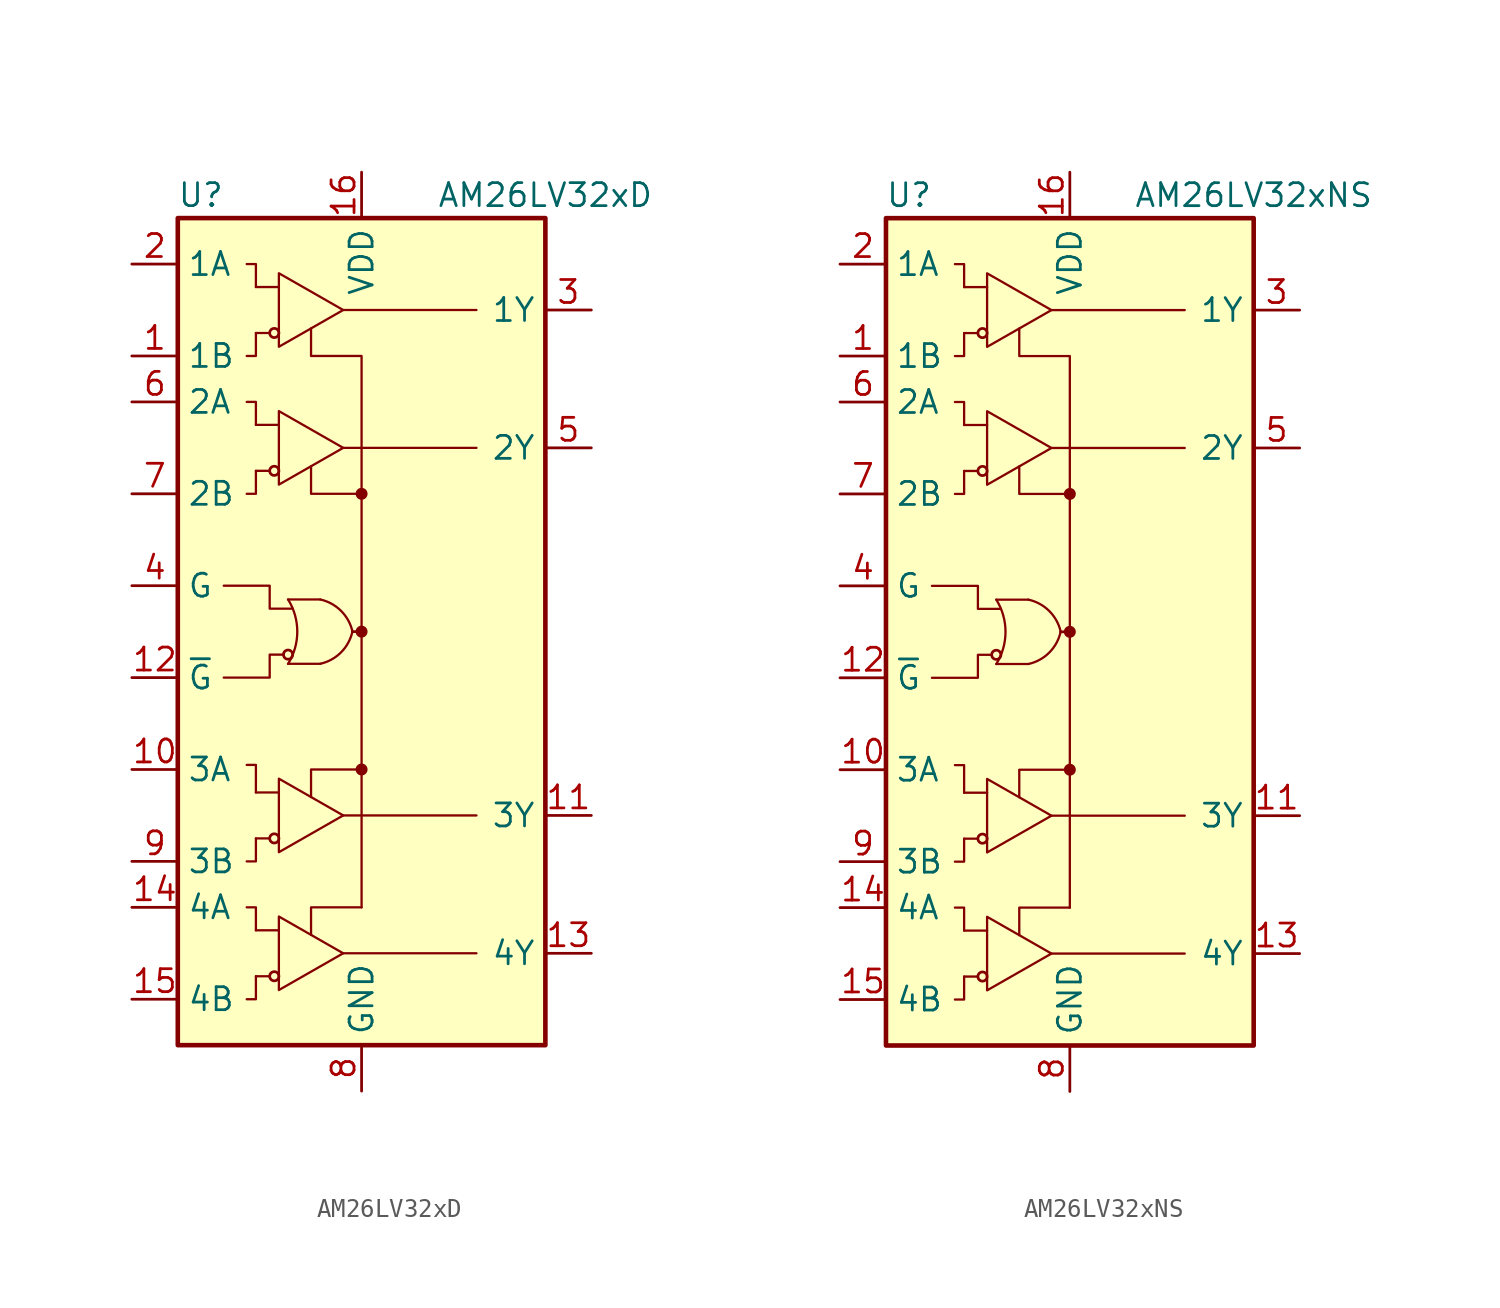
<source format=kicad_sym>
(kicad_symbol_lib
  (version 20241209)
  (generator "kicad_symbol_editor")
  (generator_version "9.0")
  (symbol "AM26LV32xD"
    (property "Reference" "U"
      (at -8.89 24.13 0)
      (effects (font (size 1.27 1.27))))
    (property "Value" "AM26LV32xD"
      (at 10.16 24.13 0)
      (effects (font (size 1.27 1.27))))
    (symbol "AM26LV32xD_0_1"
      (rectangle (start -10.16 22.86) (end 10.16 -22.86) (stroke (width 0.254) (type default)) (fill (type background)))
      (polyline (pts (xy -7.62 2.54) (xy -5.08 2.54) (xy -5.08 1.27) (xy -3.81 1.27)) (stroke (width 0.127) (type default)) (fill (type none)))
      (arc (start -4.064 1.778) (mid -3.5541 0) (end -4.064 -1.778) (stroke (width 0.127) (type default)) (fill (type none)))
      (polyline (pts (xy -5.842 19.05) (xy -4.572 19.05)) (stroke (width 0.127) (type default)) (fill (type none)))
      (polyline (pts (xy -5.842 19.05) (xy -5.842 20.32) (xy -6.35 20.32)) (stroke (width 0.127) (type default)) (fill (type none)))
      (polyline (pts (xy -5.842 16.51) (xy -5.08 16.51)) (stroke (width 0.127) (type default)) (fill (type none)))
      (polyline (pts (xy -5.842 16.51) (xy -5.842 15.24) (xy -6.096 15.24) (xy -6.35 15.24)) (stroke (width 0.127) (type default)) (fill (type none)))
      (polyline (pts (xy -5.842 11.43) (xy -5.842 12.7) (xy -6.35 12.7)) (stroke (width 0.127) (type default)) (fill (type none)))
      (polyline (pts (xy -5.842 8.89) (xy -5.842 7.62) (xy -6.35 7.62)) (stroke (width 0.127) (type default)) (fill (type none)))
      (polyline (pts (xy -5.842 -8.89) (xy -5.842 -7.366) (xy -6.35 -7.366)) (stroke (width 0.127) (type default)) (fill (type none)))
      (polyline (pts (xy -5.842 -11.43) (xy -5.842 -12.7) (xy -6.35 -12.7)) (stroke (width 0.127) (type default)) (fill (type none)))
      (polyline (pts (xy -5.842 -16.51) (xy -5.842 -15.24) (xy -6.35 -15.24)) (stroke (width 0.127) (type default)) (fill (type none)))
      (polyline (pts (xy -5.842 -19.05) (xy -5.842 -20.32) (xy -6.35 -20.32)) (stroke (width 0.127) (type default)) (fill (type none)))
      (circle (center -4.826 16.51) (radius 0.254) (stroke (width 0) (type default)) (fill (type none)))
      (polyline (pts (xy -4.572 19.812) (xy -4.572 15.748) (xy -1.016 17.78) (xy -4.572 19.812)) (stroke (width 0.127) (type default)) (fill (type none)))
      (polyline (pts (xy -4.318 -1.27) (xy -5.08 -1.27) (xy -5.08 -2.54) (xy -7.62 -2.54)) (stroke (width 0.127) (type default)) (fill (type none)))
      (circle (center -4.064 -1.27) (radius 0.254) (stroke (width 0) (type default)) (fill (type none)))
      (polyline (pts (xy -4.064 -1.778) (xy -2.286 -1.778)) (stroke (width 0.127) (type default)) (fill (type none)))
      (arc (start -0.508 0) (mid -1.1381 -1.1479) (end -2.286 -1.778) (stroke (width 0.127) (type default)) (fill (type none)))
      (arc (start -2.286 1.778) (mid -1.1381 1.1479) (end -0.508 0) (stroke (width 0.127) (type default)) (fill (type none)))
      (polyline (pts (xy -2.286 1.778) (xy -4.064 1.778)) (stroke (width 0.127) (type default)) (fill (type none)))
      (polyline (pts (xy -1.016 17.78) (xy 6.35 17.78)) (stroke (width 0.127) (type default)) (fill (type none)))
      (polyline (pts (xy -1.016 10.16) (xy 6.35 10.16)) (stroke (width 0.127) (type default)) (fill (type none)))
      (polyline (pts (xy -1.016 -10.16) (xy 6.35 -10.16)) (stroke (width 0.127) (type default)) (fill (type none)))
      (polyline (pts (xy -1.016 -17.78) (xy 6.35 -17.78)) (stroke (width 0.127) (type default)) (fill (type none)))
      (polyline (pts (xy -0.508 0) (xy 0 0)) (stroke (width 0) (type default)) (fill (type none)))
      (circle (center 0 7.62) (radius 0.254) (stroke (width 0) (type default)) (fill (type outline)))
      (polyline (pts (xy 0 7.62) (xy 0 0)) (stroke (width 0.127) (type default)) (fill (type none)))
      (polyline (pts (xy 0 7.62) (xy -2.794 7.62) (xy -2.794 9.144)) (stroke (width 0.127) (type default)) (fill (type none)))
      (polyline (pts (xy 0 7.62) (xy 0 15.24) (xy -2.794 15.24) (xy -2.794 16.764)) (stroke (width 0.127) (type default)) (fill (type none)))
      (polyline (pts (xy 0 0) (xy 0 -15.24)) (stroke (width 0.127) (type default)) (fill (type none)))
      (circle (center 0 0) (radius 0.254) (stroke (width 0) (type default)) (fill (type outline)))
      (polyline (pts (xy 0 -7.62) (xy -2.794 -7.62) (xy -2.794 -9.144)) (stroke (width 0.127) (type default)) (fill (type none)))
      (circle (center 0 -7.62) (radius 0.254) (stroke (width 0) (type default)) (fill (type outline)))
      (polyline (pts (xy 0 -15.24) (xy -2.794 -15.24) (xy -2.794 -16.764)) (stroke (width 0.127) (type default)) (fill (type none))))
    (symbol "AM26LV32xD_1_1"
      (polyline (pts (xy -5.842 11.43) (xy -4.572 11.43)) (stroke (width 0.127) (type default)) (fill (type none)))
      (polyline (pts (xy -5.842 8.89) (xy -5.08 8.89)) (stroke (width 0.127) (type default)) (fill (type none)))
      (polyline (pts (xy -5.842 -8.89) (xy -4.572 -8.89)) (stroke (width 0.127) (type default)) (fill (type none)))
      (polyline (pts (xy -5.842 -11.43) (xy -5.08 -11.43)) (stroke (width 0.127) (type default)) (fill (type none)))
      (polyline (pts (xy -5.842 -16.51) (xy -4.572 -16.51)) (stroke (width 0.127) (type default)) (fill (type none)))
      (polyline (pts (xy -5.842 -19.05) (xy -5.08 -19.05)) (stroke (width 0.127) (type default)) (fill (type none)))
      (circle (center -4.826 8.89) (radius 0.254) (stroke (width 0) (type default)) (fill (type none)))
      (circle (center -4.826 -11.43) (radius 0.254) (stroke (width 0) (type default)) (fill (type none)))
      (circle (center -4.826 -19.05) (radius 0.254) (stroke (width 0) (type default)) (fill (type none)))
      (polyline (pts (xy -4.572 12.192) (xy -4.572 8.128) (xy -1.016 10.16) (xy -4.572 12.192)) (stroke (width 0.127) (type default)) (fill (type none)))
      (polyline (pts (xy -4.572 -8.128) (xy -4.572 -12.192) (xy -1.016 -10.16) (xy -4.572 -8.128)) (stroke (width 0.127) (type default)) (fill (type none)))
      (polyline (pts (xy -4.572 -15.748) (xy -4.572 -19.812) (xy -1.016 -17.78) (xy -4.572 -15.748)) (stroke (width 0.127) (type default)) (fill (type none)))
      (pin input line (at -12.7 20.32 0) (length 2.54) (name "1A" (effects (font (size 1.27 1.27)))) (number "2" (effects (font (size 1.27 1.27)))))
      (pin input line (at -12.7 15.24 0) (length 2.54) (name "1B" (effects (font (size 1.27 1.27)))) (number "1" (effects (font (size 1.27 1.27)))))
      (pin input line (at -12.7 12.7 0) (length 2.54) (name "2A" (effects (font (size 1.27 1.27)))) (number "6" (effects (font (size 1.27 1.27)))))
      (pin input line (at -12.7 7.62 0) (length 2.54) (name "2B" (effects (font (size 1.27 1.27)))) (number "7" (effects (font (size 1.27 1.27)))))
      (pin input line (at -12.7 2.54 0) (length 2.54) (name "G" (effects (font (size 1.27 1.27)))) (number "4" (effects (font (size 1.27 1.27)))))
      (pin input line (at -12.7 -2.54 0) (length 2.54) (name "~{G}" (effects (font (size 1.27 1.27)))) (number "12" (effects (font (size 1.27 1.27)))))
      (pin input line (at -12.7 -7.62 0) (length 2.54) (name "3A" (effects (font (size 1.27 1.27)))) (number "10" (effects (font (size 1.27 1.27)))))
      (pin input line (at -12.7 -12.7 0) (length 2.54) (name "3B" (effects (font (size 1.27 1.27)))) (number "9" (effects (font (size 1.27 1.27)))))
      (pin input line (at -12.7 -15.24 0) (length 2.54) (name "4A" (effects (font (size 1.27 1.27)))) (number "14" (effects (font (size 1.27 1.27)))))
      (pin input line (at -12.7 -20.32 0) (length 2.54) (name "4B" (effects (font (size 1.27 1.27)))) (number "15" (effects (font (size 1.27 1.27)))))
      (pin power_in line (at 0 25.4 270) (length 2.54) (name "VDD" (effects (font (size 1.27 1.27)))) (number "16" (effects (font (size 1.27 1.27)))))
      (pin power_in line (at 0 -25.4 90) (length 2.54) (name "GND" (effects (font (size 1.27 1.27)))) (number "8" (effects (font (size 1.27 1.27)))))
      (pin tri_state line (at 12.7 17.78 180) (length 2.54) (name "1Y" (effects (font (size 1.27 1.27)))) (number "3" (effects (font (size 1.27 1.27)))))
      (pin tri_state line (at 12.7 10.16 180) (length 2.54) (name "2Y" (effects (font (size 1.27 1.27)))) (number "5" (effects (font (size 1.27 1.27)))))
      (pin tri_state line (at 12.7 -10.16 180) (length 2.54) (name "3Y" (effects (font (size 1.27 1.27)))) (number "11" (effects (font (size 1.27 1.27)))))
      (pin tri_state line (at 12.7 -17.78 180) (length 2.54) (name "4Y" (effects (font (size 1.27 1.27)))) (number "13" (effects (font (size 1.27 1.27)))))))
  (symbol "AM26LV32xNS"
    (property "Reference" "U"
      (at -8.89 24.13 0)
      (effects (font (size 1.27 1.27))))
    (property "Value" "AM26LV32xNS"
      (at 10.16 24.13 0)
      (effects (font (size 1.27 1.27))))
    (symbol "AM26LV32xNS_0_1"
      (rectangle (start -10.16 22.86) (end 10.16 -22.86) (stroke (width 0.254) (type default)) (fill (type background)))
      (polyline (pts (xy -7.62 2.54) (xy -5.08 2.54) (xy -5.08 1.27) (xy -3.81 1.27)) (stroke (width 0.127) (type default)) (fill (type none)))
      (arc (start -4.064 1.778) (mid -3.5541 0) (end -4.064 -1.778) (stroke (width 0.127) (type default)) (fill (type none)))
      (polyline (pts (xy -5.842 19.05) (xy -4.572 19.05)) (stroke (width 0.127) (type default)) (fill (type none)))
      (polyline (pts (xy -5.842 19.05) (xy -5.842 20.32) (xy -6.35 20.32)) (stroke (width 0.127) (type default)) (fill (type none)))
      (polyline (pts (xy -5.842 16.51) (xy -5.08 16.51)) (stroke (width 0.127) (type default)) (fill (type none)))
      (polyline (pts (xy -5.842 16.51) (xy -5.842 15.24) (xy -6.096 15.24) (xy -6.35 15.24)) (stroke (width 0.127) (type default)) (fill (type none)))
      (polyline (pts (xy -5.842 11.43) (xy -5.842 12.7) (xy -6.35 12.7)) (stroke (width 0.127) (type default)) (fill (type none)))
      (polyline (pts (xy -5.842 8.89) (xy -5.842 7.62) (xy -6.35 7.62)) (stroke (width 0.127) (type default)) (fill (type none)))
      (polyline (pts (xy -5.842 -8.89) (xy -5.842 -7.366) (xy -6.35 -7.366)) (stroke (width 0.127) (type default)) (fill (type none)))
      (polyline (pts (xy -5.842 -11.43) (xy -5.842 -12.7) (xy -6.35 -12.7)) (stroke (width 0.127) (type default)) (fill (type none)))
      (polyline (pts (xy -5.842 -16.51) (xy -5.842 -15.24) (xy -6.35 -15.24)) (stroke (width 0.127) (type default)) (fill (type none)))
      (polyline (pts (xy -5.842 -19.05) (xy -5.842 -20.32) (xy -6.35 -20.32)) (stroke (width 0.127) (type default)) (fill (type none)))
      (circle (center -4.826 16.51) (radius 0.254) (stroke (width 0) (type default)) (fill (type none)))
      (polyline (pts (xy -4.572 19.812) (xy -4.572 15.748) (xy -1.016 17.78) (xy -4.572 19.812)) (stroke (width 0.127) (type default)) (fill (type none)))
      (polyline (pts (xy -4.318 -1.27) (xy -5.08 -1.27) (xy -5.08 -2.54) (xy -7.62 -2.54)) (stroke (width 0.127) (type default)) (fill (type none)))
      (circle (center -4.064 -1.27) (radius 0.254) (stroke (width 0) (type default)) (fill (type none)))
      (polyline (pts (xy -4.064 -1.778) (xy -2.286 -1.778)) (stroke (width 0.127) (type default)) (fill (type none)))
      (arc (start -0.508 0) (mid -1.1381 -1.1479) (end -2.286 -1.778) (stroke (width 0.127) (type default)) (fill (type none)))
      (arc (start -2.286 1.778) (mid -1.1381 1.1479) (end -0.508 0) (stroke (width 0.127) (type default)) (fill (type none)))
      (polyline (pts (xy -2.286 1.778) (xy -4.064 1.778)) (stroke (width 0.127) (type default)) (fill (type none)))
      (polyline (pts (xy -1.016 17.78) (xy 6.35 17.78)) (stroke (width 0.127) (type default)) (fill (type none)))
      (polyline (pts (xy -1.016 10.16) (xy 6.35 10.16)) (stroke (width 0.127) (type default)) (fill (type none)))
      (polyline (pts (xy -1.016 -10.16) (xy 6.35 -10.16)) (stroke (width 0.127) (type default)) (fill (type none)))
      (polyline (pts (xy -1.016 -17.78) (xy 6.35 -17.78)) (stroke (width 0.127) (type default)) (fill (type none)))
      (polyline (pts (xy -0.508 0) (xy 0 0)) (stroke (width 0) (type default)) (fill (type none)))
      (circle (center 0 7.62) (radius 0.254) (stroke (width 0) (type default)) (fill (type outline)))
      (polyline (pts (xy 0 7.62) (xy 0 0)) (stroke (width 0.127) (type default)) (fill (type none)))
      (polyline (pts (xy 0 7.62) (xy -2.794 7.62) (xy -2.794 9.144)) (stroke (width 0.127) (type default)) (fill (type none)))
      (polyline (pts (xy 0 7.62) (xy 0 15.24) (xy -2.794 15.24) (xy -2.794 16.764)) (stroke (width 0.127) (type default)) (fill (type none)))
      (polyline (pts (xy 0 0) (xy 0 -15.24)) (stroke (width 0.127) (type default)) (fill (type none)))
      (circle (center 0 0) (radius 0.254) (stroke (width 0) (type default)) (fill (type outline)))
      (polyline (pts (xy 0 -7.62) (xy -2.794 -7.62) (xy -2.794 -9.144)) (stroke (width 0.127) (type default)) (fill (type none)))
      (circle (center 0 -7.62) (radius 0.254) (stroke (width 0) (type default)) (fill (type outline)))
      (polyline (pts (xy 0 -15.24) (xy -2.794 -15.24) (xy -2.794 -16.764)) (stroke (width 0.127) (type default)) (fill (type none))))
    (symbol "AM26LV32xNS_1_1"
      (polyline (pts (xy -5.842 11.43) (xy -4.572 11.43)) (stroke (width 0.127) (type default)) (fill (type none)))
      (polyline (pts (xy -5.842 8.89) (xy -5.08 8.89)) (stroke (width 0.127) (type default)) (fill (type none)))
      (polyline (pts (xy -5.842 -8.89) (xy -4.572 -8.89)) (stroke (width 0.127) (type default)) (fill (type none)))
      (polyline (pts (xy -5.842 -11.43) (xy -5.08 -11.43)) (stroke (width 0.127) (type default)) (fill (type none)))
      (polyline (pts (xy -5.842 -16.51) (xy -4.572 -16.51)) (stroke (width 0.127) (type default)) (fill (type none)))
      (polyline (pts (xy -5.842 -19.05) (xy -5.08 -19.05)) (stroke (width 0.127) (type default)) (fill (type none)))
      (circle (center -4.826 8.89) (radius 0.254) (stroke (width 0) (type default)) (fill (type none)))
      (circle (center -4.826 -11.43) (radius 0.254) (stroke (width 0) (type default)) (fill (type none)))
      (circle (center -4.826 -19.05) (radius 0.254) (stroke (width 0) (type default)) (fill (type none)))
      (polyline (pts (xy -4.572 12.192) (xy -4.572 8.128) (xy -1.016 10.16) (xy -4.572 12.192)) (stroke (width 0.127) (type default)) (fill (type none)))
      (polyline (pts (xy -4.572 -8.128) (xy -4.572 -12.192) (xy -1.016 -10.16) (xy -4.572 -8.128)) (stroke (width 0.127) (type default)) (fill (type none)))
      (polyline (pts (xy -4.572 -15.748) (xy -4.572 -19.812) (xy -1.016 -17.78) (xy -4.572 -15.748)) (stroke (width 0.127) (type default)) (fill (type none)))
      (pin input line (at -12.7 20.32 0) (length 2.54) (name "1A" (effects (font (size 1.27 1.27)))) (number "2" (effects (font (size 1.27 1.27)))))
      (pin input line (at -12.7 15.24 0) (length 2.54) (name "1B" (effects (font (size 1.27 1.27)))) (number "1" (effects (font (size 1.27 1.27)))))
      (pin input line (at -12.7 12.7 0) (length 2.54) (name "2A" (effects (font (size 1.27 1.27)))) (number "6" (effects (font (size 1.27 1.27)))))
      (pin input line (at -12.7 7.62 0) (length 2.54) (name "2B" (effects (font (size 1.27 1.27)))) (number "7" (effects (font (size 1.27 1.27)))))
      (pin input line (at -12.7 2.54 0) (length 2.54) (name "G" (effects (font (size 1.27 1.27)))) (number "4" (effects (font (size 1.27 1.27)))))
      (pin input line (at -12.7 -2.54 0) (length 2.54) (name "~{G}" (effects (font (size 1.27 1.27)))) (number "12" (effects (font (size 1.27 1.27)))))
      (pin input line (at -12.7 -7.62 0) (length 2.54) (name "3A" (effects (font (size 1.27 1.27)))) (number "10" (effects (font (size 1.27 1.27)))))
      (pin input line (at -12.7 -12.7 0) (length 2.54) (name "3B" (effects (font (size 1.27 1.27)))) (number "9" (effects (font (size 1.27 1.27)))))
      (pin input line (at -12.7 -15.24 0) (length 2.54) (name "4A" (effects (font (size 1.27 1.27)))) (number "14" (effects (font (size 1.27 1.27)))))
      (pin input line (at -12.7 -20.32 0) (length 2.54) (name "4B" (effects (font (size 1.27 1.27)))) (number "15" (effects (font (size 1.27 1.27)))))
      (pin power_in line (at 0 25.4 270) (length 2.54) (name "VDD" (effects (font (size 1.27 1.27)))) (number "16" (effects (font (size 1.27 1.27)))))
      (pin power_in line (at 0 -25.4 90) (length 2.54) (name "GND" (effects (font (size 1.27 1.27)))) (number "8" (effects (font (size 1.27 1.27)))))
      (pin tri_state line (at 12.7 17.78 180) (length 2.54) (name "1Y" (effects (font (size 1.27 1.27)))) (number "3" (effects (font (size 1.27 1.27)))))
      (pin tri_state line (at 12.7 10.16 180) (length 2.54) (name "2Y" (effects (font (size 1.27 1.27)))) (number "5" (effects (font (size 1.27 1.27)))))
      (pin tri_state line (at 12.7 -10.16 180) (length 2.54) (name "3Y" (effects (font (size 1.27 1.27)))) (number "11" (effects (font (size 1.27 1.27)))))
      (pin tri_state line (at 12.7 -17.78 180) (length 2.54) (name "4Y" (effects (font (size 1.27 1.27)))) (number "13" (effects (font (size 1.27 1.27))))))))
</source>
